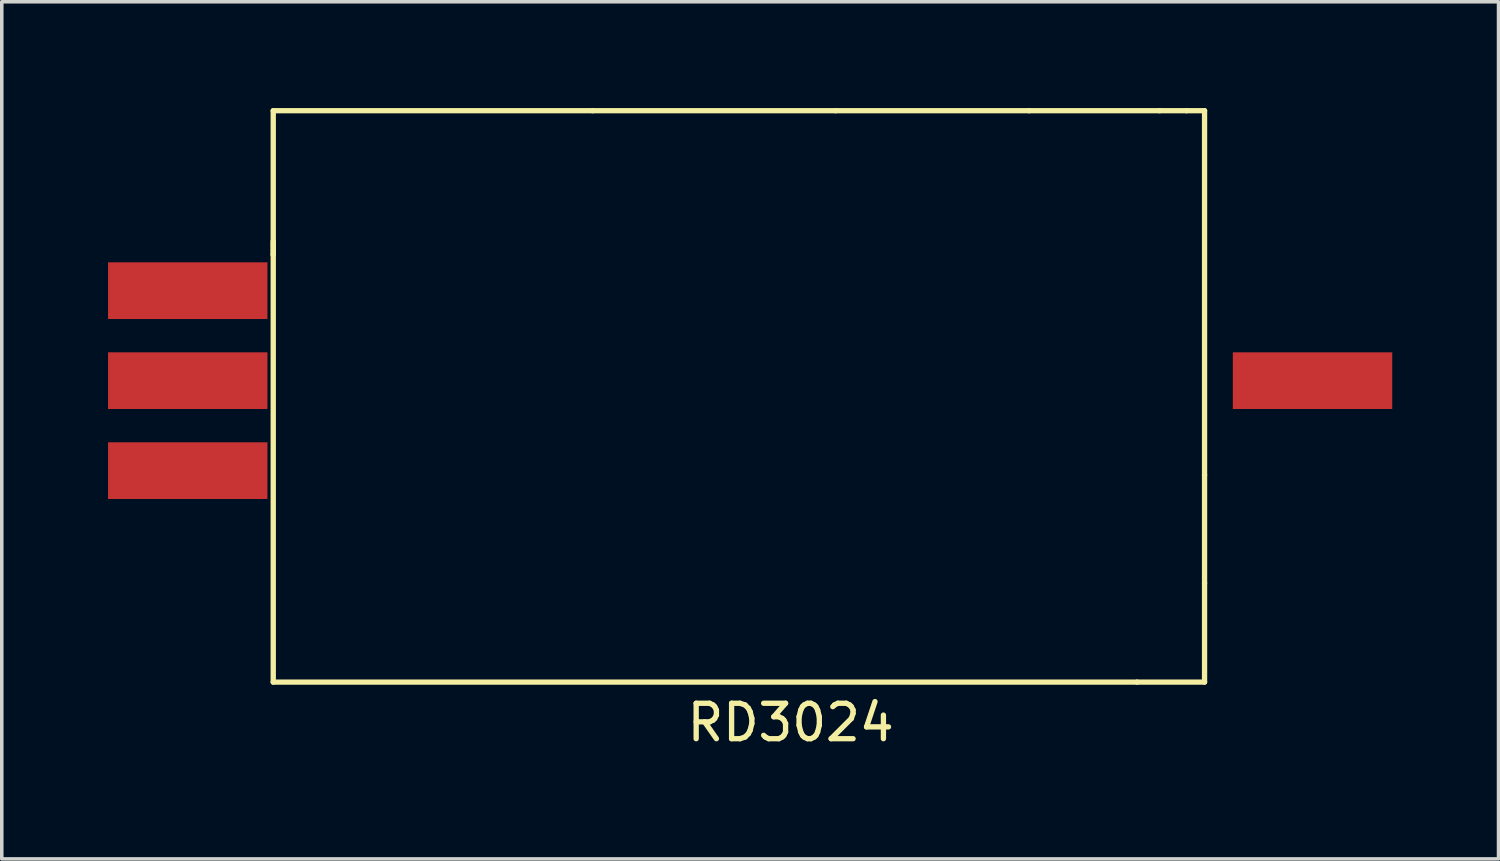
<source format=kicad_pcb>
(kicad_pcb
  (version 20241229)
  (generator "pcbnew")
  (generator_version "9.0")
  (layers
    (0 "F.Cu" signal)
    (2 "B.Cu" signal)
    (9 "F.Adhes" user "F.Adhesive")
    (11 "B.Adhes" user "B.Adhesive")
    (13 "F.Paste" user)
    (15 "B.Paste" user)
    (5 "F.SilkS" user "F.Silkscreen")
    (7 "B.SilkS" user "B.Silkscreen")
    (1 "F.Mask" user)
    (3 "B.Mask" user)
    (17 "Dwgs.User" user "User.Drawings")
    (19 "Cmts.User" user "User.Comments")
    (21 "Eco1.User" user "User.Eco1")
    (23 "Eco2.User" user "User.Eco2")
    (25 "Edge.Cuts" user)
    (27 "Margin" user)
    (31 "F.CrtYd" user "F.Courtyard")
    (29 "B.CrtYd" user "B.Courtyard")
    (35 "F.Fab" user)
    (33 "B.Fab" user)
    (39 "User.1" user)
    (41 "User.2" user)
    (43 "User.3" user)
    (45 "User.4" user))
  (footprint "RD3024"
    (layer "F.Cu")
    (at 16.474 8.33)
    (property "Reference" "RD3024" (at 2.794 9.017 0) (layer "F.SilkS") (effects (font (size 1 1) (thickness 0.15))))
    (attr through_hole)
    (fp_line (start -11.811 -8.255) (end -11.811 -4.191) (stroke (width 0.15) (type solid)) (layer "F.SilkS"))
    (fp_line (start -11.811 -8.255) (end -2.794 -8.255) (stroke (width 0.15) (type solid)) (layer "F.SilkS"))
    (fp_line (start -11.811 -4.191) (end -11.811 -4.572) (stroke (width 0.15) (type solid)) (layer "F.SilkS"))
    (fp_line (start -11.811 7.874) (end -11.811 -4.191) (stroke (width 0.15) (type solid)) (layer "F.SilkS"))
    (fp_line (start -11.811 7.874) (end 12.573 7.874) (stroke (width 0.15) (type solid)) (layer "F.SilkS"))
    (fp_line (start -2.794 -8.255) (end 4.064 -8.255) (stroke (width 0.15) (type solid)) (layer "F.SilkS"))
    (fp_line (start 4.064 -8.255) (end 9.525 -8.255) (stroke (width 0.15) (type solid)) (layer "F.SilkS"))
    (fp_line (start 9.525 -8.255) (end 13.208 -8.255) (stroke (width 0.15) (type solid)) (layer "F.SilkS"))
    (fp_line (start 12.573 7.874) (end 14.478 7.874) (stroke (width 0.15) (type solid)) (layer "F.SilkS"))
    (fp_line (start 13.208 -8.255) (end 13.97 -8.255) (stroke (width 0.15) (type solid)) (layer "F.SilkS"))
    (fp_line (start 13.97 -8.255) (end 14.478 -8.255) (stroke (width 0.15) (type solid)) (layer "F.SilkS"))
    (fp_line (start 14.478 -8.255) (end 14.478 2.032) (stroke (width 0.15) (type solid)) (layer "F.SilkS"))
    (fp_line (start 14.478 2.032) (end 14.478 5.08) (stroke (width 0.15) (type solid)) (layer "F.SilkS"))
    (fp_line (start 14.478 5.08) (end 14.478 7.874) (stroke (width 0.15) (type solid)) (layer "F.SilkS"))
    (pad "1" smd rect (at -14.224 1.905) (size 4.5 1.6) (layers "F.Cu" "F.Mask" "F.Paste"))
    (pad "2" smd rect (at -14.224 -0.635) (size 4.5 1.6) (layers "F.Cu" "F.Mask" "F.Paste"))
    (pad "3" smd rect (at -14.224 -3.175) (size 4.5 1.6) (layers "F.Cu" "F.Mask" "F.Paste"))
    (pad "4" smd rect (at 17.526 -0.635) (size 4.5 1.6) (layers "F.Cu" "F.Mask" "F.Paste")))
  (gr_rect
    (start -3 -3)
    (end 39.25 21.195)
    (stroke (width 0.1) (type default))
    (fill no)
    (layer "Edge.Cuts")))
</source>
